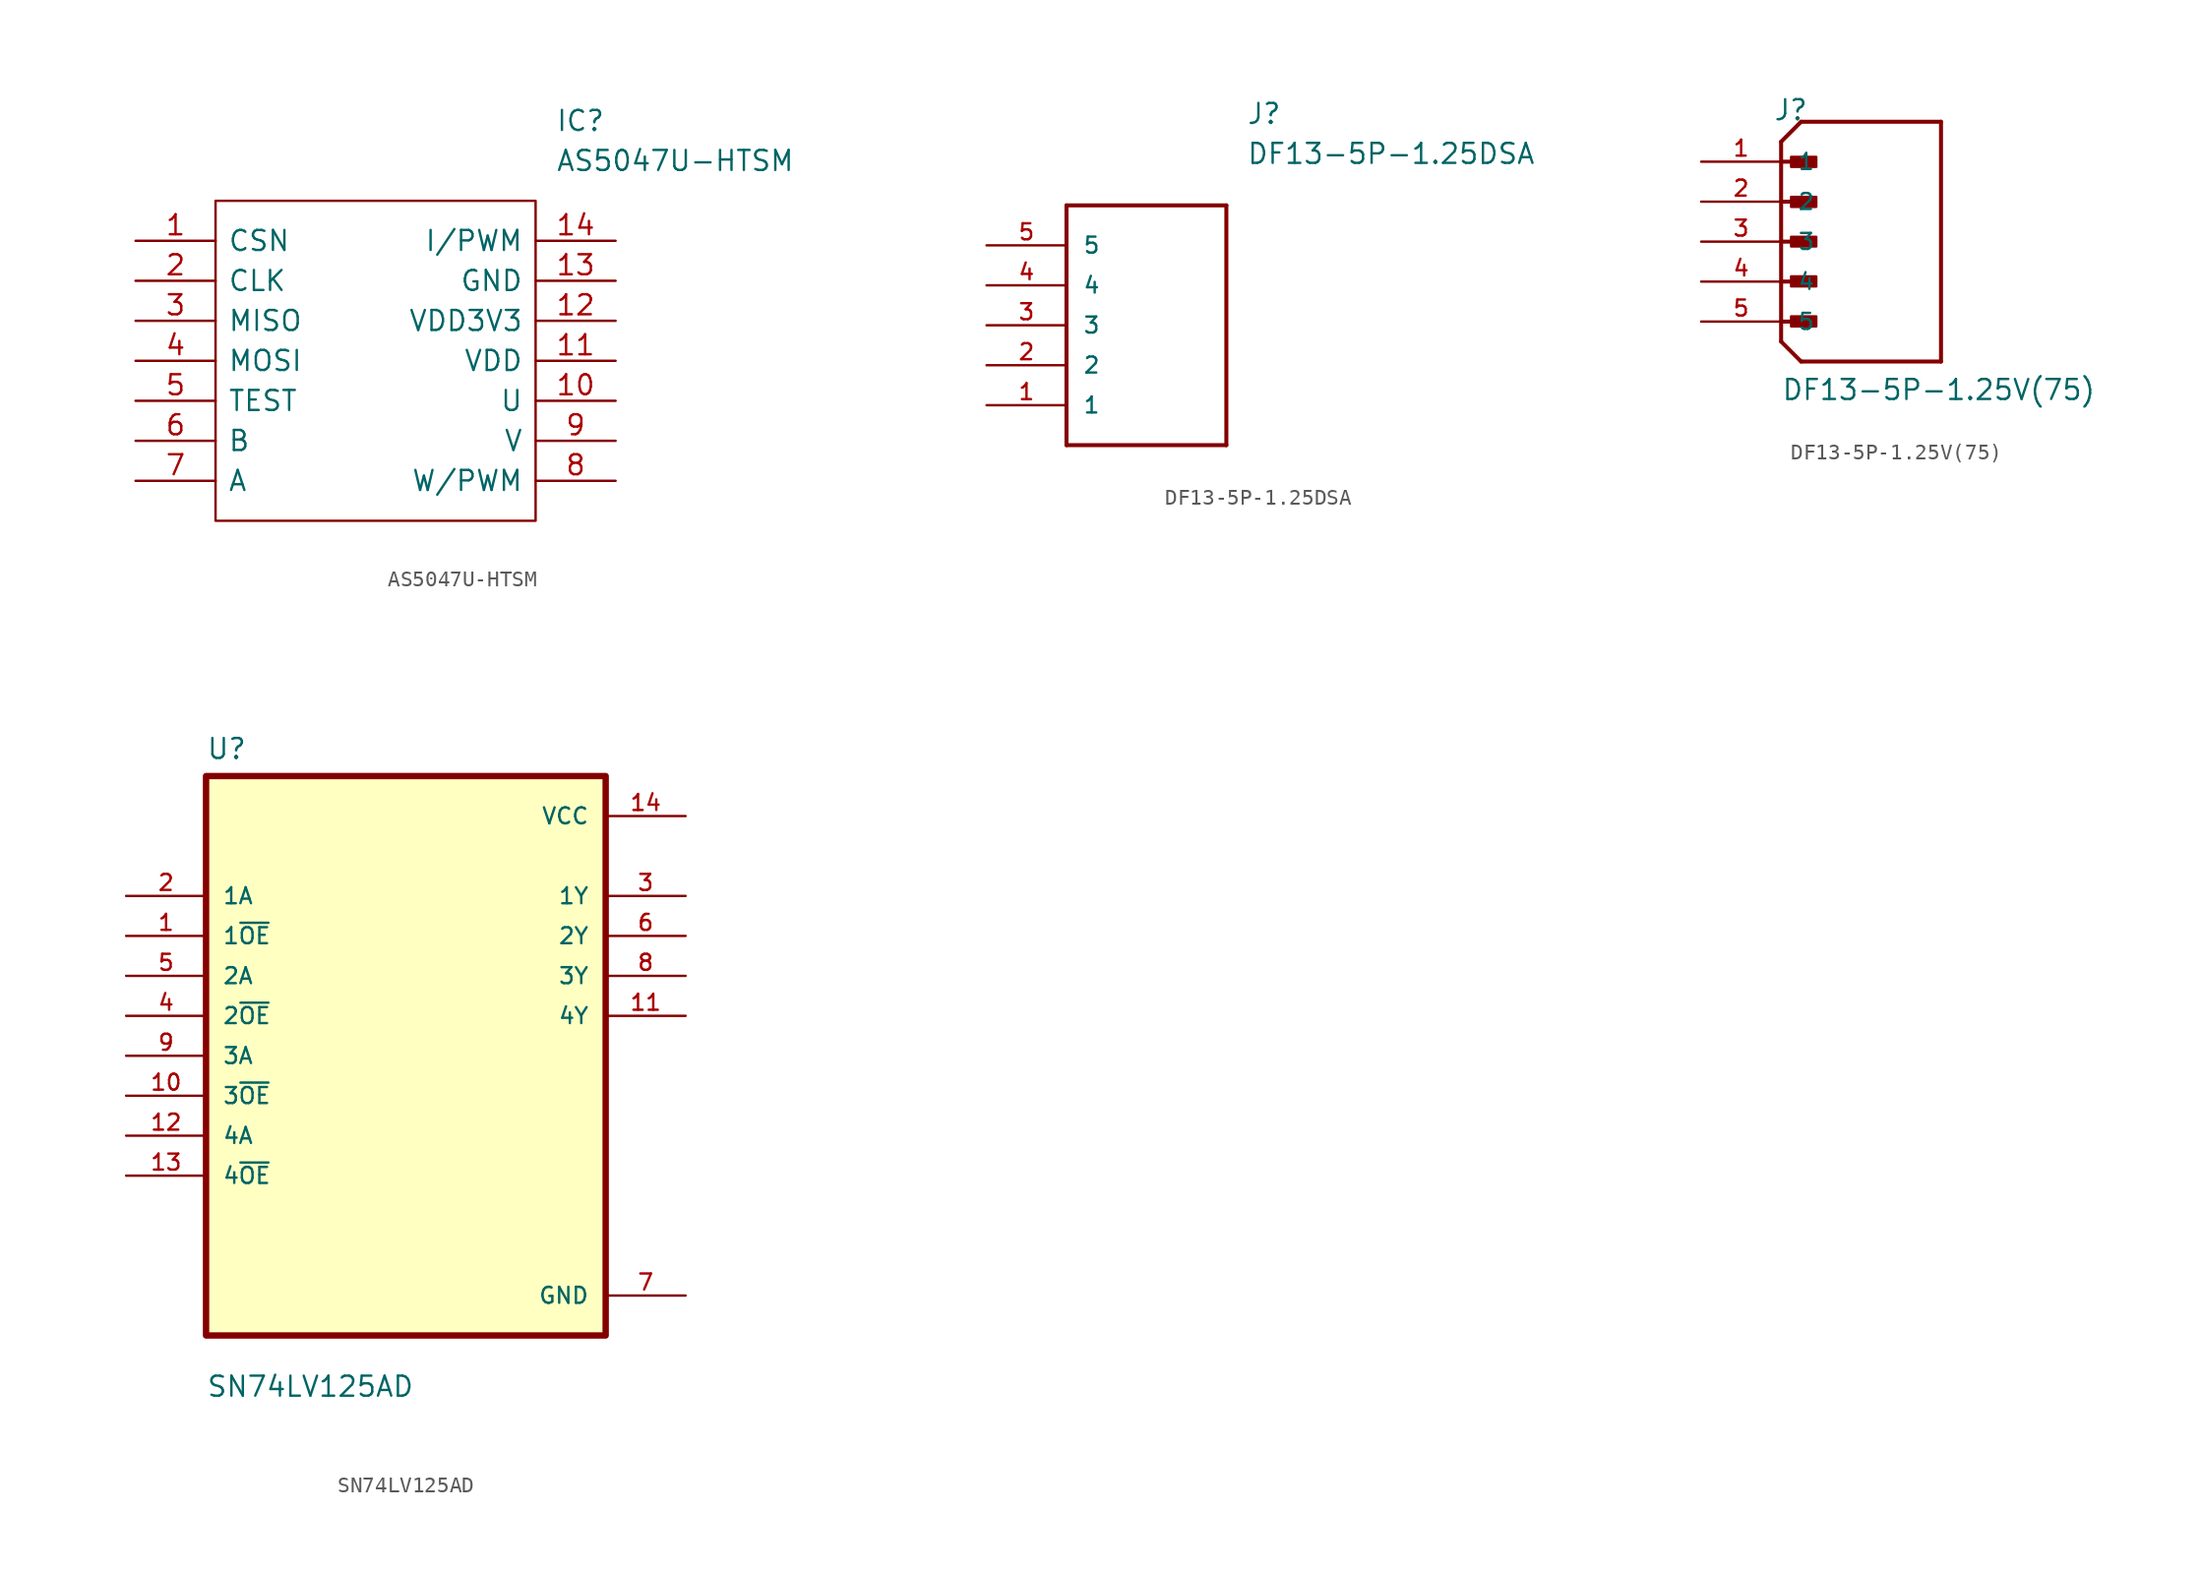
<source format=kicad_sym>
(kicad_symbol_lib
  (version 20211014)
  (generator kicad_symbol_editor)
  (symbol "AS5047U-HTSM"
    (pin_names
      (offset 0.762))
    (property "Reference" "IC"
      (at 26.67 7.62 0)
      (effects (font (size 1.27 1.27)) (justify left)))
    (property "Value" "AS5047U-HTSM"
      (at 26.67 5.08 0)
      (effects (font (size 1.27 1.27)) (justify left)))
    (symbol "AS5047U-HTSM_0_0"
      (pin passive line (at 0 0 0) (length 5.08) (name "CSN" (effects (font (size 1.27 1.27)))) (number "1" (effects (font (size 1.27 1.27)))))
      (pin passive line (at 30.48 -10.16 180) (length 5.08) (name "U" (effects (font (size 1.27 1.27)))) (number "10" (effects (font (size 1.27 1.27)))))
      (pin passive line (at 30.48 -7.62 180) (length 5.08) (name "VDD" (effects (font (size 1.27 1.27)))) (number "11" (effects (font (size 1.27 1.27)))))
      (pin passive line (at 30.48 -5.08 180) (length 5.08) (name "VDD3V3" (effects (font (size 1.27 1.27)))) (number "12" (effects (font (size 1.27 1.27)))))
      (pin passive line (at 30.48 -2.54 180) (length 5.08) (name "GND" (effects (font (size 1.27 1.27)))) (number "13" (effects (font (size 1.27 1.27)))))
      (pin passive line (at 30.48 0 180) (length 5.08) (name "I/PWM" (effects (font (size 1.27 1.27)))) (number "14" (effects (font (size 1.27 1.27)))))
      (pin passive line (at 0 -2.54 0) (length 5.08) (name "CLK" (effects (font (size 1.27 1.27)))) (number "2" (effects (font (size 1.27 1.27)))))
      (pin passive line (at 0 -5.08 0) (length 5.08) (name "MISO" (effects (font (size 1.27 1.27)))) (number "3" (effects (font (size 1.27 1.27)))))
      (pin passive line (at 0 -7.62 0) (length 5.08) (name "MOSI" (effects (font (size 1.27 1.27)))) (number "4" (effects (font (size 1.27 1.27)))))
      (pin passive line (at 0 -10.16 0) (length 5.08) (name "TEST" (effects (font (size 1.27 1.27)))) (number "5" (effects (font (size 1.27 1.27)))))
      (pin passive line (at 0 -12.7 0) (length 5.08) (name "B" (effects (font (size 1.27 1.27)))) (number "6" (effects (font (size 1.27 1.27)))))
      (pin passive line (at 0 -15.24 0) (length 5.08) (name "A" (effects (font (size 1.27 1.27)))) (number "7" (effects (font (size 1.27 1.27)))))
      (pin passive line (at 30.48 -15.24 180) (length 5.08) (name "W/PWM" (effects (font (size 1.27 1.27)))) (number "8" (effects (font (size 1.27 1.27)))))
      (pin passive line (at 30.48 -12.7 180) (length 5.08) (name "V" (effects (font (size 1.27 1.27)))) (number "9" (effects (font (size 1.27 1.27))))))
    (symbol "AS5047U-HTSM_0_1"
      (polyline (pts (xy 5.08 2.54) (xy 25.4 2.54) (xy 25.4 -17.78) (xy 5.08 -17.78) (xy 5.08 2.54)) (stroke (width 0.152) (type default) (color 0 0 0 0)) (fill (type none)))))
  (symbol "DF13-5P-1.25DSA"
    (pin_names
      (offset 1.016))
    (property "Reference" "J"
      (at 16.51 7.62 0)
      (effects (font (size 1.27 1.27)) (justify left bottom)))
    (property "Value" "DF13-5P-1.25DSA"
      (at 16.51 5.08 0)
      (effects (font (size 1.27 1.27)) (justify left bottom)))
    (property "ki_locked" ""
      (at 0 0 0)
      (effects (font (size 1.27 1.27))))
    (symbol "DF13-5P-1.25DSA_0_0"
      (polyline (pts (xy 5.08 2.54) (xy 5.08 -12.7)) (stroke (width 0.254) (type default) (color 0 0 0 0)) (fill (type none)))
      (polyline (pts (xy 5.08 2.54) (xy 15.24 2.54)) (stroke (width 0.254) (type default) (color 0 0 0 0)) (fill (type none)))
      (polyline (pts (xy 15.24 -12.7) (xy 5.08 -12.7)) (stroke (width 0.254) (type default) (color 0 0 0 0)) (fill (type none)))
      (polyline (pts (xy 15.24 -12.7) (xy 15.24 2.54)) (stroke (width 0.254) (type default) (color 0 0 0 0)) (fill (type none)))
      (pin bidirectional line (at 0 -10.16 0) (length 5.08) (name "1" (effects (font (size 1.016 1.016)))) (number "1" (effects (font (size 1.016 1.016)))))
      (pin bidirectional line (at 0 -7.62 0) (length 5.08) (name "2" (effects (font (size 1.016 1.016)))) (number "2" (effects (font (size 1.016 1.016)))))
      (pin bidirectional line (at 0 -5.08 0) (length 5.08) (name "3" (effects (font (size 1.016 1.016)))) (number "3" (effects (font (size 1.016 1.016)))))
      (pin bidirectional line (at 0 -2.54 0) (length 5.08) (name "4" (effects (font (size 1.016 1.016)))) (number "4" (effects (font (size 1.016 1.016)))))
      (pin bidirectional line (at 0 0 0) (length 5.08) (name "5" (effects (font (size 1.016 1.016)))) (number "5" (effects (font (size 1.016 1.016)))))))
  (symbol "DF13-5P-1.25V(75)"
    (pin_names
      (offset 1.016))
    (property "Reference" "J"
      (at -5.588 7.62 0)
      (effects (font (size 1.27 1.27)) (justify left bottom)))
    (property "Value" "DF13-5P-1.25V(75)"
      (at -5.08 -10.16 0)
      (effects (font (size 1.27 1.27)) (justify left bottom)))
    (property "ki_locked" ""
      (at 0 0 0)
      (effects (font (size 1.27 1.27))))
    (symbol "DF13-5P-1.25V(75)_0_0"
      (rectangle (start -4.445 -5.385) (end -2.845 -4.75) (stroke (width 0) (type default) (color 0 0 0 0)) (fill (type outline)))
      (rectangle (start -4.445 -2.845) (end -2.845 -2.21) (stroke (width 0) (type default) (color 0 0 0 0)) (fill (type outline)))
      (rectangle (start -4.445 -0.305) (end -2.845 0.305) (stroke (width 0) (type default) (color 0 0 0 0)) (fill (type outline)))
      (rectangle (start -4.445 2.21) (end -2.845 2.845) (stroke (width 0) (type default) (color 0 0 0 0)) (fill (type outline)))
      (rectangle (start -4.445 4.75) (end -2.845 5.385) (stroke (width 0) (type default) (color 0 0 0 0)) (fill (type outline)))
      (polyline (pts (xy -5.08 -6.35) (xy -5.08 6.35)) (stroke (width 0.254) (type default) (color 0 0 0 0)) (fill (type none)))
      (polyline (pts (xy -5.08 -6.35) (xy -3.81 -7.62)) (stroke (width 0.254) (type default) (color 0 0 0 0)) (fill (type none)))
      (polyline (pts (xy -5.08 -5.08) (xy -3.175 -5.08)) (stroke (width 0.254) (type default) (color 0 0 0 0)) (fill (type none)))
      (polyline (pts (xy -5.08 -2.54) (xy -3.175 -2.54)) (stroke (width 0.254) (type default) (color 0 0 0 0)) (fill (type none)))
      (polyline (pts (xy -5.08 0) (xy -3.175 0)) (stroke (width 0.254) (type default) (color 0 0 0 0)) (fill (type none)))
      (polyline (pts (xy -5.08 2.54) (xy -3.175 2.54)) (stroke (width 0.254) (type default) (color 0 0 0 0)) (fill (type none)))
      (polyline (pts (xy -5.08 5.08) (xy -3.175 5.08)) (stroke (width 0.254) (type default) (color 0 0 0 0)) (fill (type none)))
      (polyline (pts (xy -5.08 6.35) (xy -3.81 7.62)) (stroke (width 0.254) (type default) (color 0 0 0 0)) (fill (type none)))
      (polyline (pts (xy -3.81 7.62) (xy 5.08 7.62)) (stroke (width 0.254) (type default) (color 0 0 0 0)) (fill (type none)))
      (polyline (pts (xy 5.08 -7.62) (xy -3.81 -7.62)) (stroke (width 0.254) (type default) (color 0 0 0 0)) (fill (type none)))
      (polyline (pts (xy 5.08 7.62) (xy 5.08 -7.62)) (stroke (width 0.254) (type default) (color 0 0 0 0)) (fill (type none)))
      (pin passive line (at -10.16 5.08 0) (length 5.08) (name "1" (effects (font (size 1.016 1.016)))) (number "1" (effects (font (size 1.016 1.016)))))
      (pin passive line (at -10.16 2.54 0) (length 5.08) (name "2" (effects (font (size 1.016 1.016)))) (number "2" (effects (font (size 1.016 1.016)))))
      (pin passive line (at -10.16 0 0) (length 5.08) (name "3" (effects (font (size 1.016 1.016)))) (number "3" (effects (font (size 1.016 1.016)))))
      (pin passive line (at -10.16 -2.54 0) (length 5.08) (name "4" (effects (font (size 1.016 1.016)))) (number "4" (effects (font (size 1.016 1.016)))))
      (pin passive line (at -10.16 -5.08 0) (length 5.08) (name "5" (effects (font (size 1.016 1.016)))) (number "5" (effects (font (size 1.016 1.016)))))))
  (symbol "SN74LV125AD"
    (pin_names
      (offset 1.016))
    (property "Reference" "U"
      (at -12.7 18.771 0)
      (effects (font (size 1.27 1.27)) (justify left bottom)))
    (property "Value" "SN74LV125AD"
      (at -12.7 -21.768 0)
      (effects (font (size 1.27 1.27)) (justify left bottom)))
    (property "ki_locked" ""
      (at 0 0 0)
      (effects (font (size 1.27 1.27))))
    (symbol "SN74LV125AD_0_0"
      (rectangle (start -12.7 -17.78) (end 12.7 17.78) (stroke (width 0.406) (type default) (color 0 0 0 0)) (fill (type background)))
      (pin input line (at -17.78 7.62 0) (length 5.08) (name "1~{OE}" (effects (font (size 1.016 1.016)))) (number "1" (effects (font (size 1.016 1.016)))))
      (pin input line (at -17.78 -2.54 0) (length 5.08) (name "3~{OE}" (effects (font (size 1.016 1.016)))) (number "10" (effects (font (size 1.016 1.016)))))
      (pin output line (at 17.78 2.54 180) (length 5.08) (name "4Y" (effects (font (size 1.016 1.016)))) (number "11" (effects (font (size 1.016 1.016)))))
      (pin input line (at -17.78 -5.08 0) (length 5.08) (name "4A" (effects (font (size 1.016 1.016)))) (number "12" (effects (font (size 1.016 1.016)))))
      (pin input line (at -17.78 -7.62 0) (length 5.08) (name "4~{OE}" (effects (font (size 1.016 1.016)))) (number "13" (effects (font (size 1.016 1.016)))))
      (pin power_in line (at 17.78 15.24 180) (length 5.08) (name "VCC" (effects (font (size 1.016 1.016)))) (number "14" (effects (font (size 1.016 1.016)))))
      (pin input line (at -17.78 10.16 0) (length 5.08) (name "1A" (effects (font (size 1.016 1.016)))) (number "2" (effects (font (size 1.016 1.016)))))
      (pin output line (at 17.78 10.16 180) (length 5.08) (name "1Y" (effects (font (size 1.016 1.016)))) (number "3" (effects (font (size 1.016 1.016)))))
      (pin input line (at -17.78 2.54 0) (length 5.08) (name "2~{OE}" (effects (font (size 1.016 1.016)))) (number "4" (effects (font (size 1.016 1.016)))))
      (pin input line (at -17.78 5.08 0) (length 5.08) (name "2A" (effects (font (size 1.016 1.016)))) (number "5" (effects (font (size 1.016 1.016)))))
      (pin output line (at 17.78 7.62 180) (length 5.08) (name "2Y" (effects (font (size 1.016 1.016)))) (number "6" (effects (font (size 1.016 1.016)))))
      (pin power_in line (at 17.78 -15.24 180) (length 5.08) (name "GND" (effects (font (size 1.016 1.016)))) (number "7" (effects (font (size 1.016 1.016)))))
      (pin output line (at 17.78 5.08 180) (length 5.08) (name "3Y" (effects (font (size 1.016 1.016)))) (number "8" (effects (font (size 1.016 1.016)))))
      (pin input line (at -17.78 0 0) (length 5.08) (name "3A" (effects (font (size 1.016 1.016)))) (number "9" (effects (font (size 1.016 1.016))))))))
</source>
